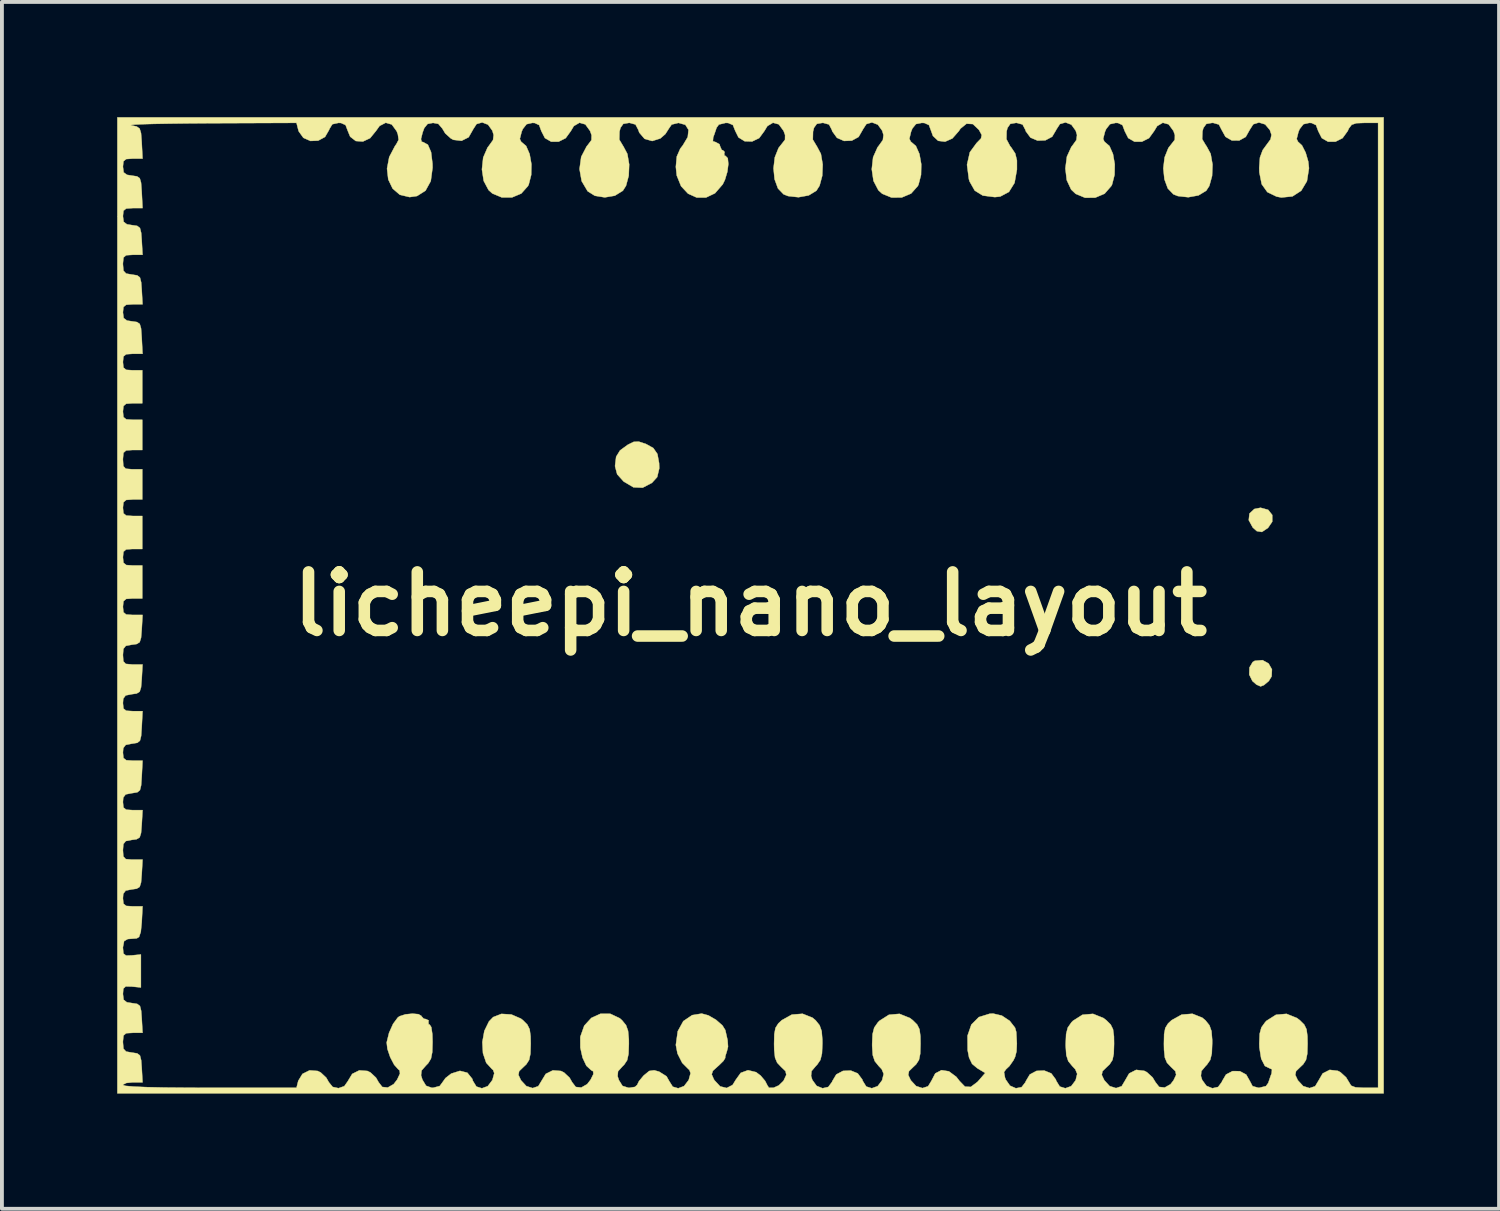
<source format=kicad_pcb>
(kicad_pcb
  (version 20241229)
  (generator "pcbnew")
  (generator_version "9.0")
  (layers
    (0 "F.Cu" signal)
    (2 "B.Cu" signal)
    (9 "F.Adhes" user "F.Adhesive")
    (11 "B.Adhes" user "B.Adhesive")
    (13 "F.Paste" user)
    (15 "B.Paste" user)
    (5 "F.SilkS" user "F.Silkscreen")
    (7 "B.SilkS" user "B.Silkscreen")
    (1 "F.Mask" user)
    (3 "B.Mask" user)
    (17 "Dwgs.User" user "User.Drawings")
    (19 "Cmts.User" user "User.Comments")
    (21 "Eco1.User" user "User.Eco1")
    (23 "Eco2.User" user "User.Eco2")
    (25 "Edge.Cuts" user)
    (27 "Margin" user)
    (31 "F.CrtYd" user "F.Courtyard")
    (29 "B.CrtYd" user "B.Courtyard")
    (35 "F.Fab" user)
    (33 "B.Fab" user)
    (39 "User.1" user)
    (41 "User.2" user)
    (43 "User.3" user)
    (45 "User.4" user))
  (footprint "licheepi_nano_layout"
    (layer "F.Cu")
    (at 16.483 12.669)
    (property "Reference" "licheepi_nano_layout" (at 0 0 0) (layer "F.SilkS") (effects (font (size 1.524 1.524) (thickness 0.3))))
    (attr through_hole)
    (fp_poly (pts (xy 13.473 -2.45) (xy 13.579 -2.316) (xy 13.579 -2.142) (xy 13.468 -1.979) (xy 13.31 -1.874) (xy 13.177 -1.896) (xy 13.071 -1.991) (xy 12.968 -2.181) (xy 12.986 -2.353) (xy 13.113 -2.472) (xy 13.276 -2.504) (xy 13.473 -2.45)) (stroke (width 0.01) (type solid)) (fill yes) (layer "F.SilkS"))
    (fp_poly (pts (xy 13.483 1.549) (xy 13.571 1.702) (xy 13.563 1.884) (xy 13.489 2.006) (xy 13.363 2.112) (xy 13.276 2.146) (xy 13.167 2.098) (xy 13.062 2.006) (xy 12.981 1.839) (xy 12.986 1.654) (xy 13.071 1.511) (xy 13.124 1.48) (xy 13.326 1.462) (xy 13.483 1.549)) (stroke (width 0.01) (type solid)) (fill yes) (layer "F.SilkS"))
    (fp_poly (pts (xy -2.723 -4.165) (xy -2.53 -4.058) (xy -2.423 -3.904) (xy -2.379 -3.663) (xy -2.375 -3.529) (xy -2.429 -3.302) (xy -2.564 -3.153) (xy -2.807 -3.026) (xy -3.046 -3.036) (xy -3.298 -3.185) (xy -3.304 -3.19) (xy -3.47 -3.375) (xy -3.524 -3.578) (xy -3.525 -3.602) (xy -3.497 -3.832) (xy -3.396 -3.996) (xy -3.195 -4.143) (xy -3.041 -4.219) (xy -2.908 -4.225) (xy -2.723 -4.165)) (stroke (width 0.01) (type solid)) (fill yes) (layer "F.SilkS"))
    (fp_poly (pts (xy 16.478 12.736) (xy -16.478 12.736) (xy -16.478 -11.381) (xy -16.334 -11.381) (xy -16.315 -11.233) (xy -16.229 -11.169) (xy -16.1 -11.148) (xy -15.968 -11.129) (xy -15.896 -11.08) (xy -15.862 -10.964) (xy -15.846 -10.745) (xy -15.844 -10.715) (xy -15.823 -10.303) (xy -16.078 -10.303) (xy -16.249 -10.291) (xy -16.32 -10.233) (xy -16.334 -10.093) (xy -16.315 -9.945) (xy -16.229 -9.881) (xy -16.1 -9.86) (xy -15.963 -9.84) (xy -15.891 -9.785) (xy -15.859 -9.659) (xy -15.844 -9.462) (xy -15.823 -9.087) (xy -16.078 -9.087) (xy -16.249 -9.076) (xy -16.319 -9.016) (xy -16.334 -8.864) (xy -16.334 -8.841) (xy -16.32 -8.673) (xy -16.25 -8.599) (xy -16.1 -8.573) (xy -15.963 -8.552) (xy -15.891 -8.497) (xy -15.859 -8.371) (xy -15.844 -8.175) (xy -15.823 -7.799) (xy -16.078 -7.799) (xy -16.249 -7.787) (xy -16.32 -7.729) (xy -16.334 -7.589) (xy -16.315 -7.441) (xy -16.229 -7.376) (xy -16.1 -7.356) (xy -15.968 -7.337) (xy -15.896 -7.288) (xy -15.862 -7.172) (xy -15.846 -6.953) (xy -15.844 -6.922) (xy -15.823 -6.511) (xy -16.078 -6.511) (xy -16.249 -6.499) (xy -16.32 -6.441) (xy -16.334 -6.298) (xy -16.334 -6.296) (xy -16.32 -6.152) (xy -16.248 -6.093) (xy -16.082 -6.082) (xy -15.83 -6.082) (xy -15.83 -5.223) (xy -16.082 -5.223) (xy -16.251 -5.211) (xy -16.32 -5.15) (xy -16.334 -5.008) (xy -16.32 -4.864) (xy -16.248 -4.805) (xy -16.082 -4.794) (xy -15.83 -4.794) (xy -15.83 -4.007) (xy -16.082 -4.007) (xy -16.251 -3.996) (xy -16.32 -3.933) (xy -16.334 -3.775) (xy -16.334 -3.756) (xy -16.323 -3.588) (xy -16.26 -3.52) (xy -16.101 -3.506) (xy -16.082 -3.506) (xy -15.83 -3.506) (xy -15.83 -2.719) (xy -16.082 -2.719) (xy -16.251 -2.707) (xy -16.32 -2.646) (xy -16.334 -2.504) (xy -16.32 -2.36) (xy -16.248 -2.301) (xy -16.082 -2.29) (xy -15.83 -2.29) (xy -15.83 -1.431) (xy -16.082 -1.431) (xy -16.251 -1.419) (xy -16.32 -1.358) (xy -16.334 -1.216) (xy -16.32 -1.072) (xy -16.248 -1.013) (xy -16.082 -1.002) (xy -15.83 -1.002) (xy -15.83 -0.143) (xy -16.082 -0.143) (xy -16.251 -0.131) (xy -16.32 -0.07) (xy -16.334 0.072) (xy -16.32 0.215) (xy -16.25 0.274) (xy -16.08 0.286) (xy -15.823 0.286) (xy -15.844 0.662) (xy -15.862 0.881) (xy -15.898 0.995) (xy -15.977 1.043) (xy -16.1 1.06) (xy -16.258 1.09) (xy -16.322 1.169) (xy -16.334 1.328) (xy -16.323 1.492) (xy -16.26 1.56) (xy -16.102 1.574) (xy -16.078 1.574) (xy -15.823 1.574) (xy -15.844 1.95) (xy -15.862 2.169) (xy -15.898 2.283) (xy -15.977 2.331) (xy -16.1 2.348) (xy -16.262 2.38) (xy -16.325 2.464) (xy -16.334 2.58) (xy -16.32 2.721) (xy -16.248 2.779) (xy -16.078 2.79) (xy -15.823 2.79) (xy -15.844 3.202) (xy -15.86 3.434) (xy -15.891 3.559) (xy -15.958 3.613) (xy -16.082 3.634) (xy -16.1 3.636) (xy -16.262 3.668) (xy -16.325 3.752) (xy -16.334 3.868) (xy -16.32 4.009) (xy -16.248 4.067) (xy -16.078 4.078) (xy -15.823 4.078) (xy -15.844 4.49) (xy -15.86 4.721) (xy -15.891 4.846) (xy -15.958 4.901) (xy -16.082 4.922) (xy -16.1 4.924) (xy -16.262 4.956) (xy -16.325 5.039) (xy -16.334 5.156) (xy -16.32 5.297) (xy -16.248 5.355) (xy -16.078 5.366) (xy -15.823 5.366) (xy -15.844 5.742) (xy -15.862 5.961) (xy -15.898 6.075) (xy -15.977 6.123) (xy -16.1 6.14) (xy -16.258 6.17) (xy -16.322 6.249) (xy -16.334 6.408) (xy -16.323 6.572) (xy -16.26 6.64) (xy -16.102 6.654) (xy -16.078 6.654) (xy -15.823 6.654) (xy -15.844 7.03) (xy -15.862 7.249) (xy -15.898 7.363) (xy -15.977 7.411) (xy -16.1 7.428) (xy -16.262 7.46) (xy -16.325 7.544) (xy -16.334 7.66) (xy -16.32 7.801) (xy -16.248 7.859) (xy -16.078 7.87) (xy -15.823 7.87) (xy -15.844 8.282) (xy -15.869 8.534) (xy -15.914 8.667) (xy -15.974 8.703) (xy -16.144 8.716) (xy -16.208 8.721) (xy -16.303 8.774) (xy -16.334 8.935) (xy -16.334 8.949) (xy -16.321 9.098) (xy -16.252 9.151) (xy -16.1 9.146) (xy -15.866 9.123) (xy -15.866 9.981) (xy -16.1 9.958) (xy -16.26 9.954) (xy -16.323 10.012) (xy -16.334 10.15) (xy -16.316 10.301) (xy -16.232 10.367) (xy -16.1 10.388) (xy -15.963 10.409) (xy -15.891 10.463) (xy -15.859 10.589) (xy -15.844 10.786) (xy -15.823 11.162) (xy -16.078 11.162) (xy -16.249 11.172) (xy -16.319 11.233) (xy -16.334 11.385) (xy -16.334 11.408) (xy -16.32 11.576) (xy -16.25 11.65) (xy -16.1 11.676) (xy -15.963 11.697) (xy -15.891 11.751) (xy -15.859 11.877) (xy -15.844 12.074) (xy -15.823 12.45) (xy -16.078 12.45) (xy -16.246 12.467) (xy -16.331 12.511) (xy -16.334 12.521) (xy -16.263 12.543) (xy -16.052 12.561) (xy -15.706 12.576) (xy -15.231 12.586) (xy -14.629 12.591) (xy -14.075 12.593) (xy -11.816 12.593) (xy -11.77 12.411) (xy -11.661 12.231) (xy -11.476 12.139) (xy -11.265 12.155) (xy -11.185 12.195) (xy -11.042 12.329) (xy -10.974 12.448) (xy -10.875 12.57) (xy -10.722 12.603) (xy -10.571 12.55) (xy -10.477 12.416) (xy -10.475 12.411) (xy -10.366 12.231) (xy -10.181 12.139) (xy -9.969 12.155) (xy -9.89 12.195) (xy -9.747 12.329) (xy -9.679 12.448) (xy -9.584 12.571) (xy -9.441 12.586) (xy -9.288 12.498) (xy -9.196 12.379) (xy -9.123 12.223) (xy -9.133 12.139) (xy -9.168 12.111) (xy -9.274 11.993) (xy -9.377 11.796) (xy -9.45 11.581) (xy -9.469 11.412) (xy -9.407 11.161) (xy -9.302 10.928) (xy -9.18 10.764) (xy -9.135 10.731) (xy -8.98 10.681) (xy -8.797 10.663) (xy -8.641 10.677) (xy -8.564 10.723) (xy -8.563 10.732) (xy -8.504 10.795) (xy -8.45 10.804) (xy -8.376 10.839) (xy -8.383 10.875) (xy -8.377 10.941) (xy -8.351 10.947) (xy -8.308 11.014) (xy -8.281 11.197) (xy -8.275 11.4) (xy -8.283 11.665) (xy -8.317 11.835) (xy -8.39 11.955) (xy -8.447 12.013) (xy -8.561 12.143) (xy -8.575 12.267) (xy -8.539 12.383) (xy -8.444 12.54) (xy -8.297 12.592) (xy -8.264 12.593) (xy -8.089 12.547) (xy -8.028 12.465) (xy -7.939 12.34) (xy -7.789 12.223) (xy -7.562 12.152) (xy -7.369 12.201) (xy -7.242 12.359) (xy -7.226 12.411) (xy -7.134 12.561) (xy -6.991 12.606) (xy -6.838 12.55) (xy -6.72 12.394) (xy -6.714 12.378) (xy -6.669 12.213) (xy -6.7 12.127) (xy -6.724 12.11) (xy -6.878 11.942) (xy -6.963 11.692) (xy -6.979 11.402) (xy -6.927 11.112) (xy -6.807 10.866) (xy -6.698 10.753) (xy -6.482 10.669) (xy -6.223 10.685) (xy -5.976 10.792) (xy -5.922 10.834) (xy -5.809 10.947) (xy -5.748 11.07) (xy -5.724 11.251) (xy -5.72 11.448) (xy -5.728 11.706) (xy -5.762 11.868) (xy -5.835 11.982) (xy -5.902 12.045) (xy -6.022 12.161) (xy -6.04 12.257) (xy -5.974 12.397) (xy -5.834 12.549) (xy -5.67 12.601) (xy -5.523 12.551) (xy -5.438 12.411) (xy -5.329 12.231) (xy -5.144 12.139) (xy -4.933 12.155) (xy -4.853 12.195) (xy -4.71 12.329) (xy -4.642 12.448) (xy -4.547 12.571) (xy -4.404 12.586) (xy -4.251 12.498) (xy -4.162 12.383) (xy -4.089 12.236) (xy -4.095 12.164) (xy -4.147 12.134) (xy -4.272 12.019) (xy -4.371 11.808) (xy -4.429 11.547) (xy -4.43 11.281) (xy -4.427 11.258) (xy -4.327 10.976) (xy -4.143 10.775) (xy -3.907 10.667) (xy -3.65 10.666) (xy -3.404 10.782) (xy -3.343 10.836) (xy -3.24 10.962) (xy -3.187 11.11) (xy -3.167 11.331) (xy -3.166 11.45) (xy -3.175 11.711) (xy -3.211 11.876) (xy -3.288 11.992) (xy -3.335 12.038) (xy -3.448 12.164) (xy -3.459 12.29) (xy -3.427 12.39) (xy -3.332 12.544) (xy -3.178 12.592) (xy -3.15 12.593) (xy -3.006 12.569) (xy -2.95 12.518) (xy -2.903 12.421) (xy -2.789 12.283) (xy -2.775 12.269) (xy -2.636 12.155) (xy -2.507 12.137) (xy -2.379 12.172) (xy -2.186 12.293) (xy -2.114 12.421) (xy -2.024 12.564) (xy -1.881 12.606) (xy -1.729 12.548) (xy -1.612 12.395) (xy -1.605 12.378) (xy -1.56 12.212) (xy -1.592 12.124) (xy -1.612 12.11) (xy -1.778 11.943) (xy -1.9 11.702) (xy -1.943 11.478) (xy -1.893 11.12) (xy -1.749 10.858) (xy -1.519 10.702) (xy -1.27 10.661) (xy -1.096 10.708) (xy -0.898 10.823) (xy -0.732 10.968) (xy -0.656 11.09) (xy -0.597 11.352) (xy -0.585 11.524) (xy -0.615 11.643) (xy -0.657 11.773) (xy -0.66 11.819) (xy -0.704 11.893) (xy -0.823 12.01) (xy -0.851 12.034) (xy -0.98 12.151) (xy -1.01 12.243) (xy -0.955 12.369) (xy -0.94 12.395) (xy -0.79 12.556) (xy -0.62 12.598) (xy -0.466 12.519) (xy -0.386 12.388) (xy -0.254 12.204) (xy -0.065 12.135) (xy 0.145 12.186) (xy 0.263 12.275) (xy 0.379 12.412) (xy 0.432 12.514) (xy 0.432 12.518) (xy 0.481 12.593) (xy 0.598 12.593) (xy 0.737 12.53) (xy 0.853 12.417) (xy 0.866 12.397) (xy 0.932 12.255) (xy 0.911 12.159) (xy 0.796 12.048) (xy 0.694 11.94) (xy 0.639 11.809) (xy 0.617 11.608) (xy 0.614 11.45) (xy 0.62 11.195) (xy 0.65 11.035) (xy 0.722 10.92) (xy 0.814 10.834) (xy 1.076 10.688) (xy 1.355 10.666) (xy 1.613 10.768) (xy 1.694 10.836) (xy 1.798 10.965) (xy 1.852 11.118) (xy 1.87 11.346) (xy 1.871 11.437) (xy 1.86 11.698) (xy 1.819 11.867) (xy 1.734 11.992) (xy 1.702 12.024) (xy 1.589 12.158) (xy 1.576 12.285) (xy 1.609 12.389) (xy 1.721 12.543) (xy 1.875 12.605) (xy 2.024 12.571) (xy 2.122 12.44) (xy 2.127 12.423) (xy 2.232 12.246) (xy 2.407 12.153) (xy 2.609 12.144) (xy 2.791 12.218) (xy 2.91 12.378) (xy 2.92 12.411) (xy 3.012 12.56) (xy 3.157 12.605) (xy 3.31 12.55) (xy 3.425 12.397) (xy 3.427 12.389) (xy 3.466 12.231) (xy 3.416 12.11) (xy 3.335 12.024) (xy 3.234 11.899) (xy 3.182 11.742) (xy 3.166 11.502) (xy 3.166 11.45) (xy 3.177 11.195) (xy 3.22 11.027) (xy 3.314 10.892) (xy 3.356 10.849) (xy 3.603 10.692) (xy 3.877 10.668) (xy 4.149 10.777) (xy 4.223 10.834) (xy 4.337 10.947) (xy 4.398 11.07) (xy 4.422 11.251) (xy 4.425 11.448) (xy 4.417 11.706) (xy 4.384 11.868) (xy 4.31 11.982) (xy 4.243 12.045) (xy 4.124 12.161) (xy 4.105 12.257) (xy 4.171 12.397) (xy 4.311 12.548) (xy 4.475 12.601) (xy 4.622 12.553) (xy 4.706 12.416) (xy 4.809 12.218) (xy 4.971 12.134) (xy 5.163 12.164) (xy 5.356 12.307) (xy 5.441 12.416) (xy 5.582 12.562) (xy 5.733 12.57) (xy 5.906 12.44) (xy 5.942 12.4) (xy 6.109 12.207) (xy 5.904 12.084) (xy 5.767 11.97) (xy 5.689 11.808) (xy 5.651 11.613) (xy 5.648 11.238) (xy 5.748 10.948) (xy 5.943 10.753) (xy 6.226 10.665) (xy 6.315 10.661) (xy 6.541 10.714) (xy 6.746 10.85) (xy 6.885 11.029) (xy 6.917 11.141) (xy 6.932 11.442) (xy 6.923 11.645) (xy 6.886 11.79) (xy 6.844 11.877) (xy 6.738 12.028) (xy 6.651 12.11) (xy 6.598 12.183) (xy 6.622 12.322) (xy 6.642 12.378) (xy 6.754 12.538) (xy 6.907 12.605) (xy 7.056 12.576) (xy 7.156 12.447) (xy 7.164 12.423) (xy 7.269 12.246) (xy 7.444 12.153) (xy 7.645 12.144) (xy 7.828 12.218) (xy 7.947 12.378) (xy 7.957 12.411) (xy 8.049 12.56) (xy 8.194 12.605) (xy 8.347 12.55) (xy 8.462 12.397) (xy 8.464 12.389) (xy 8.503 12.231) (xy 8.453 12.11) (xy 8.372 12.024) (xy 8.27 11.899) (xy 8.219 11.742) (xy 8.203 11.502) (xy 8.203 11.45) (xy 8.214 11.195) (xy 8.257 11.027) (xy 8.351 10.892) (xy 8.393 10.849) (xy 8.64 10.692) (xy 8.914 10.668) (xy 9.186 10.777) (xy 9.26 10.834) (xy 9.374 10.947) (xy 9.435 11.07) (xy 9.459 11.251) (xy 9.462 11.448) (xy 9.454 11.706) (xy 9.421 11.868) (xy 9.347 11.982) (xy 9.28 12.045) (xy 9.161 12.161) (xy 9.142 12.257) (xy 9.208 12.397) (xy 9.348 12.549) (xy 9.513 12.601) (xy 9.66 12.552) (xy 9.744 12.411) (xy 9.855 12.219) (xy 10.038 12.126) (xy 10.25 12.152) (xy 10.317 12.187) (xy 10.464 12.321) (xy 10.541 12.448) (xy 10.636 12.57) (xy 10.78 12.586) (xy 10.931 12.501) (xy 11.011 12.397) (xy 11.078 12.255) (xy 11.057 12.159) (xy 10.942 12.048) (xy 10.84 11.94) (xy 10.785 11.809) (xy 10.763 11.608) (xy 10.76 11.45) (xy 10.765 11.195) (xy 10.796 11.035) (xy 10.867 10.92) (xy 10.959 10.834) (xy 11.222 10.688) (xy 11.501 10.666) (xy 11.758 10.768) (xy 11.84 10.836) (xy 11.944 10.965) (xy 11.998 11.118) (xy 12.016 11.346) (xy 12.016 11.437) (xy 12.006 11.698) (xy 11.965 11.867) (xy 11.879 11.992) (xy 11.847 12.024) (xy 11.735 12.158) (xy 11.722 12.285) (xy 11.755 12.389) (xy 11.867 12.543) (xy 12.02 12.605) (xy 12.17 12.571) (xy 12.268 12.44) (xy 12.272 12.423) (xy 12.376 12.247) (xy 12.545 12.159) (xy 12.736 12.16) (xy 12.901 12.249) (xy 12.993 12.411) (xy 13.066 12.55) (xy 13.217 12.592) (xy 13.239 12.593) (xy 13.415 12.549) (xy 13.475 12.467) (xy 13.536 12.287) (xy 13.563 12.217) (xy 13.572 12.111) (xy 13.525 12.092) (xy 13.388 12.025) (xy 13.292 11.837) (xy 13.245 11.545) (xy 13.242 11.44) (xy 13.252 11.187) (xy 13.297 11.021) (xy 13.395 10.885) (xy 13.429 10.849) (xy 13.677 10.692) (xy 13.951 10.668) (xy 14.222 10.777) (xy 14.297 10.834) (xy 14.411 10.947) (xy 14.471 11.07) (xy 14.495 11.251) (xy 14.499 11.448) (xy 14.491 11.706) (xy 14.457 11.868) (xy 14.384 11.982) (xy 14.317 12.045) (xy 14.198 12.161) (xy 14.179 12.257) (xy 14.245 12.397) (xy 14.385 12.549) (xy 14.55 12.601) (xy 14.696 12.552) (xy 14.781 12.411) (xy 14.892 12.219) (xy 15.075 12.126) (xy 15.287 12.152) (xy 15.354 12.187) (xy 15.501 12.321) (xy 15.578 12.448) (xy 15.632 12.537) (xy 15.746 12.581) (xy 15.961 12.593) (xy 15.979 12.593) (xy 16.334 12.593) (xy 16.334 -12.521) (xy 15.983 -12.521) (xy 15.767 -12.513) (xy 15.646 -12.472) (xy 15.573 -12.376) (xy 15.543 -12.309) (xy 15.409 -12.124) (xy 15.225 -12.032) (xy 15.031 -12.032) (xy 14.868 -12.126) (xy 14.776 -12.308) (xy 14.718 -12.464) (xy 14.603 -12.518) (xy 14.542 -12.521) (xy 14.391 -12.487) (xy 14.293 -12.361) (xy 14.262 -12.289) (xy 14.215 -12.104) (xy 14.248 -12.032) (xy 14.353 -11.935) (xy 14.449 -11.746) (xy 14.516 -11.516) (xy 14.535 -11.341) (xy 14.482 -11.004) (xy 14.333 -10.755) (xy 14.106 -10.608) (xy 13.818 -10.579) (xy 13.693 -10.602) (xy 13.452 -10.719) (xy 13.305 -10.925) (xy 13.243 -11.236) (xy 13.24 -11.351) (xy 13.259 -11.619) (xy 13.33 -11.812) (xy 13.421 -11.937) (xy 13.535 -12.092) (xy 13.559 -12.211) (xy 13.517 -12.336) (xy 13.394 -12.482) (xy 13.234 -12.531) (xy 13.085 -12.485) (xy 12.995 -12.344) (xy 12.889 -12.156) (xy 12.719 -12.062) (xy 12.529 -12.063) (xy 12.362 -12.159) (xy 12.262 -12.34) (xy 12.191 -12.478) (xy 12.041 -12.521) (xy 12.014 -12.521) (xy 11.864 -12.495) (xy 11.787 -12.389) (xy 11.763 -12.301) (xy 11.755 -12.099) (xy 11.854 -11.933) (xy 11.866 -11.92) (xy 11.976 -11.716) (xy 12.025 -11.437) (xy 12.013 -11.14) (xy 11.941 -10.879) (xy 11.86 -10.755) (xy 11.66 -10.634) (xy 11.394 -10.586) (xy 11.124 -10.616) (xy 11.007 -10.662) (xy 10.861 -10.814) (xy 10.773 -11.053) (xy 10.744 -11.338) (xy 10.778 -11.624) (xy 10.876 -11.868) (xy 10.947 -11.959) (xy 11.043 -12.082) (xy 11.045 -12.206) (xy 11.007 -12.313) (xy 10.883 -12.483) (xy 10.731 -12.525) (xy 10.584 -12.438) (xy 10.506 -12.309) (xy 10.372 -12.124) (xy 10.188 -12.032) (xy 9.994 -12.032) (xy 9.831 -12.126) (xy 9.739 -12.308) (xy 9.681 -12.464) (xy 9.566 -12.518) (xy 9.505 -12.521) (xy 9.355 -12.487) (xy 9.256 -12.361) (xy 9.225 -12.289) (xy 9.178 -12.104) (xy 9.211 -12.032) (xy 9.342 -11.92) (xy 9.434 -11.711) (xy 9.48 -11.447) (xy 9.475 -11.169) (xy 9.411 -10.92) (xy 9.392 -10.88) (xy 9.216 -10.678) (xy 8.973 -10.575) (xy 8.708 -10.572) (xy 8.463 -10.674) (xy 8.345 -10.786) (xy 8.231 -11.031) (xy 8.195 -11.336) (xy 8.235 -11.643) (xy 8.35 -11.895) (xy 8.372 -11.921) (xy 8.482 -12.075) (xy 8.498 -12.206) (xy 8.464 -12.319) (xy 8.351 -12.475) (xy 8.199 -12.533) (xy 8.053 -12.491) (xy 7.958 -12.346) (xy 7.957 -12.34) (xy 7.851 -12.161) (xy 7.674 -12.067) (xy 7.471 -12.06) (xy 7.287 -12.138) (xy 7.165 -12.303) (xy 7.154 -12.34) (xy 7.081 -12.479) (xy 6.929 -12.521) (xy 6.909 -12.521) (xy 6.762 -12.496) (xy 6.688 -12.39) (xy 6.665 -12.299) (xy 6.661 -12.097) (xy 6.758 -11.914) (xy 6.787 -11.88) (xy 6.89 -11.724) (xy 6.934 -11.544) (xy 6.934 -11.306) (xy 6.872 -10.959) (xy 6.726 -10.724) (xy 6.5 -10.604) (xy 6.359 -10.589) (xy 6.047 -10.629) (xy 5.836 -10.759) (xy 5.703 -10.994) (xy 5.684 -11.055) (xy 5.635 -11.432) (xy 5.709 -11.757) (xy 5.882 -11.994) (xy 5.999 -12.115) (xy 6.018 -12.206) (xy 5.951 -12.33) (xy 5.944 -12.341) (xy 5.788 -12.49) (xy 5.623 -12.5) (xy 5.465 -12.372) (xy 5.421 -12.306) (xy 5.254 -12.116) (xy 5.064 -12.032) (xy 4.884 -12.054) (xy 4.748 -12.182) (xy 4.701 -12.312) (xy 4.644 -12.465) (xy 4.526 -12.518) (xy 4.459 -12.521) (xy 4.307 -12.491) (xy 4.213 -12.376) (xy 4.178 -12.289) (xy 4.135 -12.109) (xy 4.171 -12.033) (xy 4.173 -12.032) (xy 4.304 -11.92) (xy 4.397 -11.711) (xy 4.444 -11.445) (xy 4.438 -11.167) (xy 4.373 -10.916) (xy 4.354 -10.877) (xy 4.18 -10.682) (xy 3.938 -10.58) (xy 3.672 -10.577) (xy 3.428 -10.677) (xy 3.328 -10.768) (xy 3.201 -11.011) (xy 3.156 -11.316) (xy 3.191 -11.626) (xy 3.307 -11.886) (xy 3.335 -11.921) (xy 3.445 -12.075) (xy 3.461 -12.206) (xy 3.427 -12.319) (xy 3.314 -12.475) (xy 3.162 -12.533) (xy 3.016 -12.491) (xy 2.922 -12.346) (xy 2.92 -12.34) (xy 2.813 -12.155) (xy 2.637 -12.059) (xy 2.435 -12.051) (xy 2.251 -12.132) (xy 2.128 -12.302) (xy 2.117 -12.34) (xy 2.044 -12.479) (xy 1.892 -12.521) (xy 1.872 -12.521) (xy 1.726 -12.496) (xy 1.652 -12.393) (xy 1.627 -12.294) (xy 1.622 -12.086) (xy 1.721 -11.92) (xy 1.726 -11.914) (xy 1.832 -11.714) (xy 1.879 -11.439) (xy 1.867 -11.145) (xy 1.797 -10.885) (xy 1.714 -10.755) (xy 1.515 -10.634) (xy 1.249 -10.586) (xy 0.978 -10.616) (xy 0.861 -10.662) (xy 0.715 -10.814) (xy 0.627 -11.053) (xy 0.599 -11.338) (xy 0.633 -11.624) (xy 0.73 -11.868) (xy 0.802 -11.959) (xy 0.898 -12.082) (xy 0.9 -12.206) (xy 0.861 -12.313) (xy 0.737 -12.483) (xy 0.585 -12.525) (xy 0.439 -12.438) (xy 0.361 -12.309) (xy 0.226 -12.125) (xy 0.042 -12.037) (xy -0.151 -12.043) (xy -0.313 -12.143) (xy -0.397 -12.313) (xy -0.458 -12.466) (xy -0.58 -12.518) (xy -0.645 -12.521) (xy -0.823 -12.478) (xy -0.883 -12.396) (xy -0.944 -12.216) (xy -0.971 -12.145) (xy -0.979 -12.043) (xy -0.907 -12.02) (xy -0.807 -11.966) (xy -0.792 -11.913) (xy -0.75 -11.818) (xy -0.715 -11.806) (xy -0.672 -11.762) (xy -0.684 -11.734) (xy -0.678 -11.668) (xy -0.652 -11.663) (xy -0.592 -11.602) (xy -0.577 -11.45) (xy -0.603 -11.248) (xy -0.666 -11.038) (xy -0.723 -10.921) (xy -0.924 -10.689) (xy -1.158 -10.578) (xy -1.401 -10.578) (xy -1.625 -10.679) (xy -1.807 -10.873) (xy -1.919 -11.15) (xy -1.943 -11.376) (xy -1.918 -11.646) (xy -1.828 -11.85) (xy -1.76 -11.939) (xy -1.633 -12.152) (xy -1.613 -12.339) (xy -1.695 -12.471) (xy -1.874 -12.521) (xy -2.052 -12.478) (xy -2.123 -12.376) (xy -2.216 -12.23) (xy -2.347 -12.116) (xy -2.559 -12.049) (xy -2.757 -12.106) (xy -2.895 -12.268) (xy -2.92 -12.34) (xy -2.993 -12.479) (xy -3.145 -12.521) (xy -3.165 -12.521) (xy -3.311 -12.496) (xy -3.384 -12.393) (xy -3.41 -12.294) (xy -3.415 -12.086) (xy -3.316 -11.92) (xy -3.311 -11.914) (xy -3.205 -11.714) (xy -3.158 -11.439) (xy -3.17 -11.145) (xy -3.24 -10.885) (xy -3.322 -10.755) (xy -3.531 -10.626) (xy -3.792 -10.582) (xy -4.051 -10.624) (xy -4.239 -10.742) (xy -4.394 -11.004) (xy -4.45 -11.319) (xy -4.406 -11.638) (xy -4.264 -11.911) (xy -4.238 -11.941) (xy -4.139 -12.073) (xy -4.136 -12.201) (xy -4.175 -12.311) (xy -4.299 -12.482) (xy -4.451 -12.525) (xy -4.598 -12.439) (xy -4.676 -12.309) (xy -4.81 -12.124) (xy -4.994 -12.032) (xy -5.188 -12.032) (xy -5.351 -12.126) (xy -5.444 -12.308) (xy -5.501 -12.464) (xy -5.616 -12.518) (xy -5.678 -12.521) (xy -5.828 -12.487) (xy -5.927 -12.361) (xy -5.957 -12.289) (xy -6.004 -12.104) (xy -5.971 -12.032) (xy -5.84 -11.92) (xy -5.749 -11.711) (xy -5.702 -11.446) (xy -5.708 -11.167) (xy -5.772 -10.917) (xy -5.792 -10.877) (xy -5.966 -10.682) (xy -6.207 -10.581) (xy -6.473 -10.581) (xy -6.719 -10.684) (xy -6.818 -10.773) (xy -6.944 -11.01) (xy -6.99 -11.311) (xy -6.957 -11.619) (xy -6.844 -11.879) (xy -6.811 -11.921) (xy -6.701 -12.075) (xy -6.685 -12.206) (xy -6.719 -12.319) (xy -6.831 -12.475) (xy -6.983 -12.533) (xy -7.13 -12.491) (xy -7.224 -12.346) (xy -7.226 -12.34) (xy -7.336 -12.147) (xy -7.52 -12.055) (xy -7.732 -12.08) (xy -7.799 -12.116) (xy -7.946 -12.249) (xy -8.022 -12.376) (xy -8.125 -12.496) (xy -8.262 -12.521) (xy -8.404 -12.494) (xy -8.491 -12.387) (xy -8.534 -12.271) (xy -8.577 -12.101) (xy -8.559 -12.03) (xy -8.518 -12.02) (xy -8.397 -11.953) (xy -8.314 -11.761) (xy -8.277 -11.457) (xy -8.275 -11.356) (xy -8.322 -11.005) (xy -8.459 -10.756) (xy -8.679 -10.617) (xy -8.872 -10.589) (xy -9.127 -10.65) (xy -9.315 -10.812) (xy -9.428 -11.048) (xy -9.46 -11.331) (xy -9.403 -11.632) (xy -9.251 -11.922) (xy -9.219 -11.965) (xy -9.158 -12.081) (xy -9.178 -12.223) (xy -9.209 -12.305) (xy -9.336 -12.479) (xy -9.494 -12.525) (xy -9.654 -12.442) (xy -9.747 -12.312) (xy -9.9 -12.124) (xy -10.088 -12.036) (xy -10.273 -12.049) (xy -10.419 -12.162) (xy -10.481 -12.312) (xy -10.539 -12.465) (xy -10.657 -12.518) (xy -10.722 -12.521) (xy -10.884 -12.486) (xy -10.962 -12.358) (xy -10.967 -12.34) (xy -11.074 -12.155) (xy -11.251 -12.059) (xy -11.453 -12.051) (xy -11.637 -12.132) (xy -11.759 -12.302) (xy -11.77 -12.34) (xy -11.816 -12.521) (xy -14.093 -12.512) (xy -14.635 -12.508) (xy -15.116 -12.502) (xy -15.52 -12.495) (xy -15.834 -12.486) (xy -16.042 -12.476) (xy -16.13 -12.465) (xy -16.118 -12.458) (xy -15.976 -12.427) (xy -15.899 -12.372) (xy -15.863 -12.255) (xy -15.846 -12.039) (xy -15.844 -12.002) (xy -15.823 -11.591) (xy -16.078 -11.591) (xy -16.249 -11.579) (xy -16.32 -11.521) (xy -16.334 -11.381) (xy -16.478 -11.381) (xy -16.478 -12.664) (xy 16.478 -12.664) (xy 16.478 12.736)) (stroke (width 0.01) (type solid)) (fill yes) (layer "F.SilkS")))
  (gr_rect
    (start -3 -3)
    (end 35.965 28.41)
    (stroke (width 0.1) (type default))
    (fill no)
    (layer "Edge.Cuts")))
</source>
